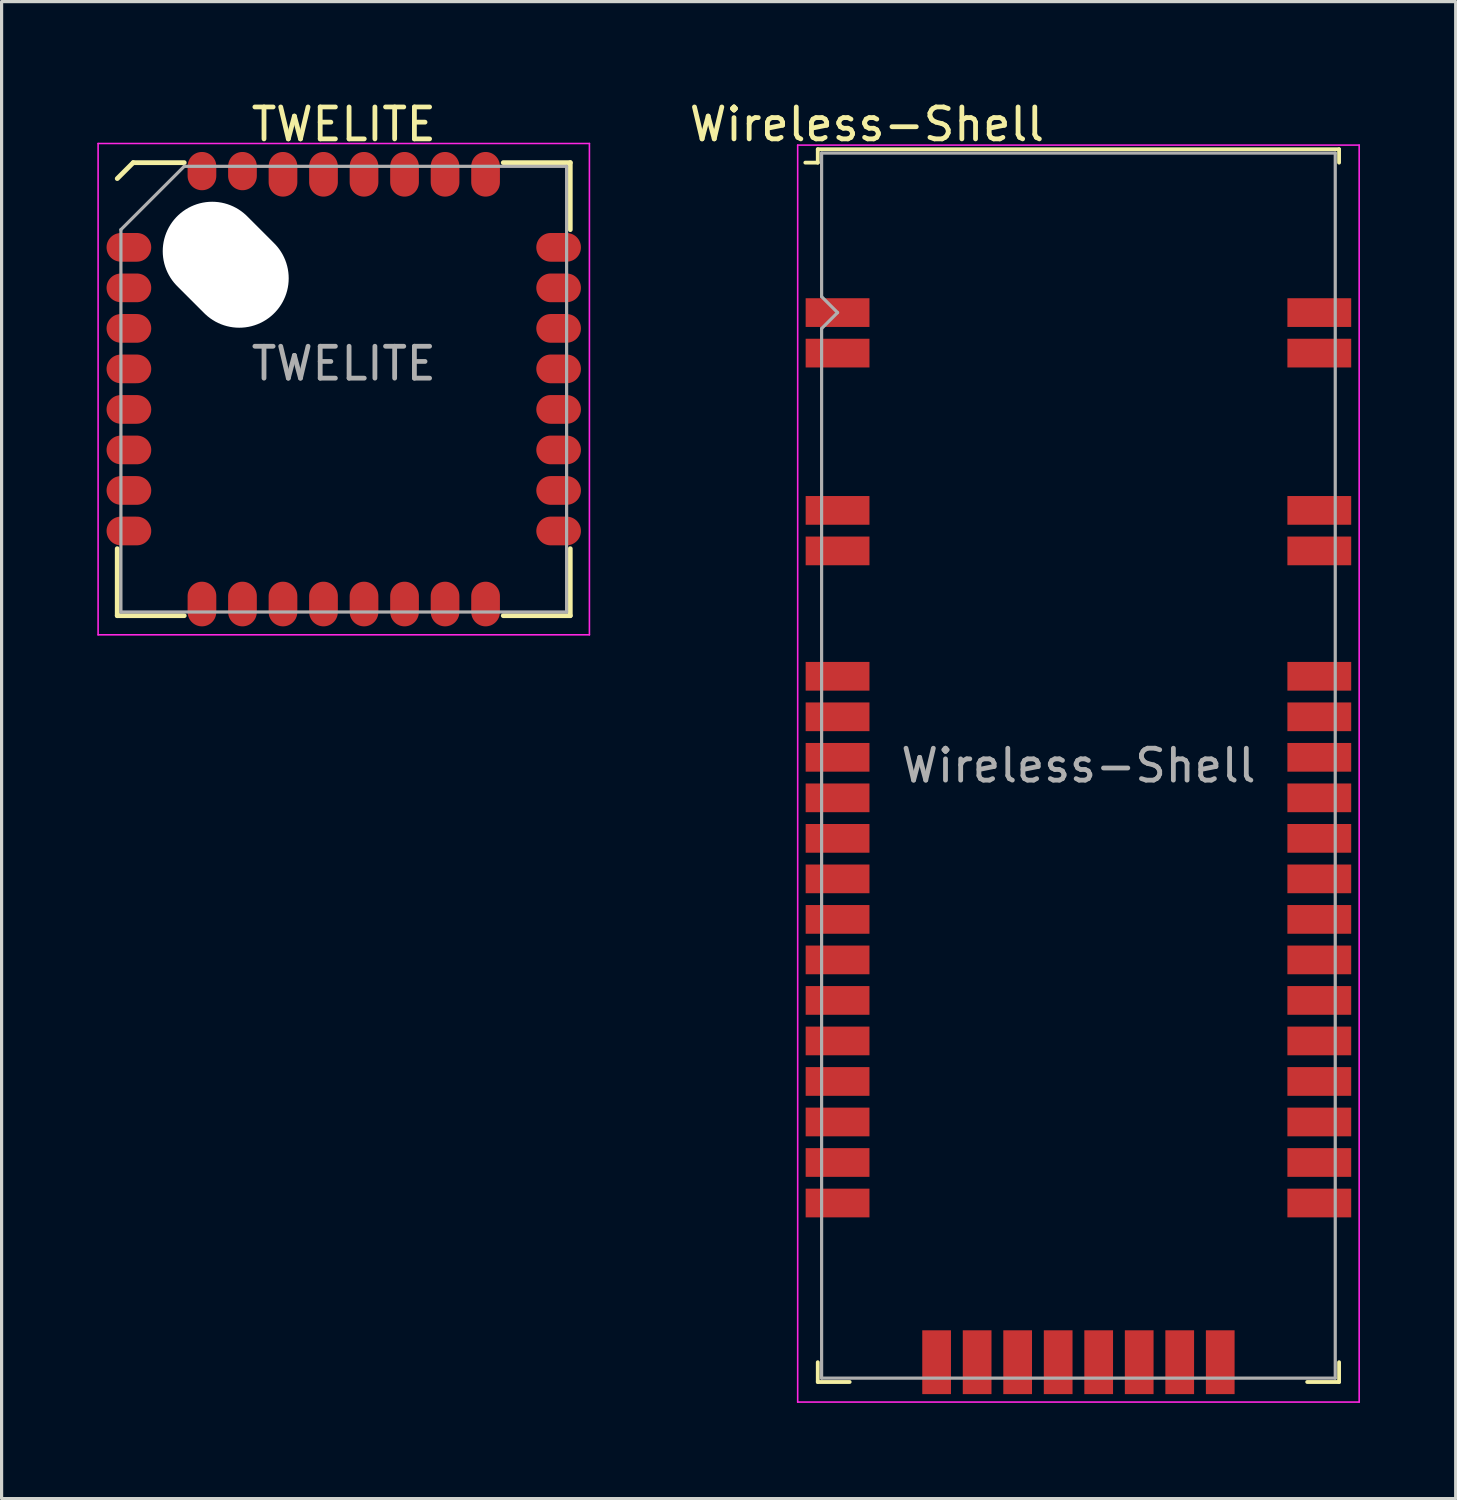
<source format=kicad_pcb>
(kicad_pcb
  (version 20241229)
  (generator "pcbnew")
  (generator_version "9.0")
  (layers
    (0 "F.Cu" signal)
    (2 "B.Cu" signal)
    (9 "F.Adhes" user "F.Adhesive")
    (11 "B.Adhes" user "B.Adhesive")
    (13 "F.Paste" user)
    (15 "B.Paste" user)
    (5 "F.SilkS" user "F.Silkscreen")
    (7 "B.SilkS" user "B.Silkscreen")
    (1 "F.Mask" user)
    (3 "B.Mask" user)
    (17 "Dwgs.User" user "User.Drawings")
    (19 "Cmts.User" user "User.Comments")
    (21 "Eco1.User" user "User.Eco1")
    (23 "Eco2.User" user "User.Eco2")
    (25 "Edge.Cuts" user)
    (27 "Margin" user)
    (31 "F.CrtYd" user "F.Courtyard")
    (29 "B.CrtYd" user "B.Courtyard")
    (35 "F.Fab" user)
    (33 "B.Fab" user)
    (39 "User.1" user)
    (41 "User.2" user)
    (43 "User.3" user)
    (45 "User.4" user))
  (footprint "Wireless-Shell"
    (layer "F.Cu")
    (at 30.753 20.948)
    (property "Reference" "Wireless-Shell" (at -6.63 -20.1 180) (layer "F.SilkS") (effects (font (size 1 1) (thickness 0.15))))
    (attr smd)
    (fp_line (start -8.17 -19.32) (end -8.17 -18.9) (stroke (width 0.12) (type solid)) (layer "F.SilkS"))
    (fp_line (start -8.17 -19.32) (end 8.17 -19.32) (stroke (width 0.12) (type solid)) (layer "F.SilkS"))
    (fp_line (start -8.17 -18.9) (end -8.56 -18.9) (stroke (width 0.12) (type solid)) (layer "F.SilkS"))
    (fp_line (start -8.17 18.7) (end -8.17 19.32) (stroke (width 0.12) (type solid)) (layer "F.SilkS"))
    (fp_line (start -8.17 19.32) (end -7.17 19.32) (stroke (width 0.12) (type solid)) (layer "F.SilkS"))
    (fp_line (start 8.17 -19.32) (end 8.17 -18.9) (stroke (width 0.12) (type solid)) (layer "F.SilkS"))
    (fp_line (start 8.17 18.7) (end 8.17 19.32) (stroke (width 0.12) (type solid)) (layer "F.SilkS"))
    (fp_line (start 8.17 19.32) (end 7.17 19.32) (stroke (width 0.12) (type solid)) (layer "F.SilkS"))
    (fp_line (start -8.8 19.95) (end -8.8 -19.45) (stroke (width 0.05) (type solid)) (layer "F.CrtYd"))
    (fp_line (start -8.8 19.95) (end 8.8 19.95) (stroke (width 0.05) (type solid)) (layer "F.CrtYd"))
    (fp_line (start 8.8 -19.45) (end -8.8 -19.45) (stroke (width 0.05) (type solid)) (layer "F.CrtYd"))
    (fp_line (start 8.8 -19.45) (end 8.8 19.95) (stroke (width 0.05) (type solid)) (layer "F.CrtYd"))
    (fp_line (start -8.05 -19.2) (end -8.05 -14.7) (stroke (width 0.1) (type solid)) (layer "F.Fab"))
    (fp_line (start -8.05 -19.2) (end 8.05 -19.2) (stroke (width 0.1) (type solid)) (layer "F.Fab"))
    (fp_line (start -8.05 -13.7) (end -8.05 19.2) (stroke (width 0.1) (type solid)) (layer "F.Fab"))
    (fp_line (start -8.05 -13.7) (end -7.55 -14.2) (stroke (width 0.1) (type solid)) (layer "F.Fab"))
    (fp_line (start -8.05 19.2) (end 8.05 19.2) (stroke (width 0.1) (type solid)) (layer "F.Fab"))
    (fp_line (start -7.55 -14.2) (end -8.05 -14.7) (stroke (width 0.1) (type solid)) (layer "F.Fab"))
    (fp_line (start 8.05 19.2) (end 8.05 -19.2) (stroke (width 0.1) (type solid)) (layer "F.Fab"))
    (fp_text user "${REFERENCE}" (at 0 0 0) (layer "F.Fab") (effects (font (size 1 1) (thickness 0.15))))
    (pad "1" smd rect (at -7.55 -14.2) (size 2 0.9) (layers "F.Cu" "F.Mask" "F.Paste"))
    (pad "2" smd rect (at -7.55 -12.93) (size 2 0.9) (layers "F.Cu" "F.Mask" "F.Paste"))
    (pad "3" smd rect (at -7.55 -8) (size 2 0.9) (layers "F.Cu" "F.Mask" "F.Paste"))
    (pad "4" smd rect (at -7.55 -6.73) (size 2 0.9) (layers "F.Cu" "F.Mask" "F.Paste"))
    (pad "5" smd rect (at -7.55 -2.8) (size 2 0.9) (layers "F.Cu" "F.Mask" "F.Paste"))
    (pad "6" smd rect (at -7.55 -1.53) (size 2 0.9) (layers "F.Cu" "F.Mask" "F.Paste"))
    (pad "7" smd rect (at -7.55 -0.26) (size 2 0.9) (layers "F.Cu" "F.Mask" "F.Paste"))
    (pad "8" smd rect (at -7.55 1.01) (size 2 0.9) (layers "F.Cu" "F.Mask" "F.Paste"))
    (pad "9" smd rect (at -7.55 2.28) (size 2 0.9) (layers "F.Cu" "F.Mask" "F.Paste"))
    (pad "10" smd rect (at -7.55 3.55) (size 2 0.9) (layers "F.Cu" "F.Mask" "F.Paste"))
    (pad "11" smd rect (at -7.55 4.82) (size 2 0.9) (layers "F.Cu" "F.Mask" "F.Paste"))
    (pad "12" smd rect (at -7.55 6.09) (size 2 0.9) (layers "F.Cu" "F.Mask" "F.Paste"))
    (pad "13" smd rect (at -7.55 7.36) (size 2 0.9) (layers "F.Cu" "F.Mask" "F.Paste"))
    (pad "14" smd rect (at -7.55 8.63) (size 2 0.9) (layers "F.Cu" "F.Mask" "F.Paste"))
    (pad "15" smd rect (at -7.55 9.9) (size 2 0.9) (layers "F.Cu" "F.Mask" "F.Paste"))
    (pad "16" smd rect (at -7.55 11.17) (size 2 0.9) (layers "F.Cu" "F.Mask" "F.Paste"))
    (pad "17" smd rect (at -7.55 12.44) (size 2 0.9) (layers "F.Cu" "F.Mask" "F.Paste"))
    (pad "18" smd rect (at -7.55 13.71) (size 2 0.9) (layers "F.Cu" "F.Mask" "F.Paste"))
    (pad "19" smd rect (at -4.445 18.7 90) (size 2 0.9) (layers "F.Cu" "F.Mask" "F.Paste"))
    (pad "20" smd rect (at -3.175 18.7 90) (size 2 0.9) (layers "F.Cu" "F.Mask" "F.Paste"))
    (pad "21" smd rect (at -1.905 18.7 90) (size 2 0.9) (layers "F.Cu" "F.Mask" "F.Paste"))
    (pad "22" smd rect (at -0.635 18.7 90) (size 2 0.9) (layers "F.Cu" "F.Mask" "F.Paste"))
    (pad "23" smd rect (at 0.635 18.7 90) (size 2 0.9) (layers "F.Cu" "F.Mask" "F.Paste"))
    (pad "24" smd rect (at 1.905 18.7 90) (size 2 0.9) (layers "F.Cu" "F.Mask" "F.Paste"))
    (pad "25" smd rect (at 3.175 18.7 90) (size 2 0.9) (layers "F.Cu" "F.Mask" "F.Paste"))
    (pad "26" smd rect (at 4.445 18.7 90) (size 2 0.9) (layers "F.Cu" "F.Mask" "F.Paste"))
    (pad "27" smd rect (at 7.55 13.71) (size 2 0.9) (layers "F.Cu" "F.Mask" "F.Paste"))
    (pad "28" smd rect (at 7.55 12.44) (size 2 0.9) (layers "F.Cu" "F.Mask" "F.Paste"))
    (pad "29" smd rect (at 7.55 11.17) (size 2 0.9) (layers "F.Cu" "F.Mask" "F.Paste"))
    (pad "30" smd rect (at 7.55 9.9) (size 2 0.9) (layers "F.Cu" "F.Mask" "F.Paste"))
    (pad "31" smd rect (at 7.55 8.63) (size 2 0.9) (layers "F.Cu" "F.Mask" "F.Paste"))
    (pad "32" smd rect (at 7.55 7.36) (size 2 0.9) (layers "F.Cu" "F.Mask" "F.Paste"))
    (pad "33" smd rect (at 7.55 6.09) (size 2 0.9) (layers "F.Cu" "F.Mask" "F.Paste"))
    (pad "34" smd rect (at 7.55 4.82) (size 2 0.9) (layers "F.Cu" "F.Mask" "F.Paste"))
    (pad "35" smd rect (at 7.55 3.55) (size 2 0.9) (layers "F.Cu" "F.Mask" "F.Paste"))
    (pad "36" smd rect (at 7.55 2.28) (size 2 0.9) (layers "F.Cu" "F.Mask" "F.Paste"))
    (pad "37" smd rect (at 7.55 1.01) (size 2 0.9) (layers "F.Cu" "F.Mask" "F.Paste"))
    (pad "38" smd rect (at 7.55 -0.26) (size 2 0.9) (layers "F.Cu" "F.Mask" "F.Paste"))
    (pad "39" smd rect (at 7.55 -1.53) (size 2 0.9) (layers "F.Cu" "F.Mask" "F.Paste"))
    (pad "40" smd rect (at 7.55 -2.8) (size 2 0.9) (layers "F.Cu" "F.Mask" "F.Paste"))
    (pad "41" smd rect (at 7.55 -6.73) (size 2 0.9) (layers "F.Cu" "F.Mask" "F.Paste"))
    (pad "42" smd rect (at 7.55 -8) (size 2 0.9) (layers "F.Cu" "F.Mask" "F.Paste"))
    (pad "43" smd rect (at 7.55 -12.93) (size 2 0.9) (layers "F.Cu" "F.Mask" "F.Paste"))
    (pad "44" smd rect (at 7.55 -14.2) (size 2 0.9) (layers "F.Cu" "F.Mask" "F.Paste")))
  (footprint "TWELITE"
    (layer "F.Cu")
    (at 7.725 9.148)
    (property "Reference" "TWELITE" (at 0 -8.3 0) (layer "F.SilkS") (effects (font (size 1 1) (thickness 0.15))))
    (attr smd)
    (fp_line (start -7.1 5) (end -7.1 7.1) (stroke (width 0.15) (type solid)) (layer "F.SilkS"))
    (fp_line (start -7.1 7.1) (end -5 7.1) (stroke (width 0.15) (type solid)) (layer "F.SilkS"))
    (fp_line (start -6.6 -7.1) (end -7.1 -6.6) (stroke (width 0.15) (type solid)) (layer "F.SilkS"))
    (fp_line (start -5 -7.1) (end -6.6 -7.1) (stroke (width 0.15) (type solid)) (layer "F.SilkS"))
    (fp_line (start 5 -7.1) (end 7.1 -7.1) (stroke (width 0.15) (type solid)) (layer "F.SilkS"))
    (fp_line (start 5 7.1) (end 7.1 7.1) (stroke (width 0.15) (type solid)) (layer "F.SilkS"))
    (fp_line (start 7.1 -7.1) (end 7.1 -5) (stroke (width 0.15) (type solid)) (layer "F.SilkS"))
    (fp_line (start 7.1 7.1) (end 7.1 5) (stroke (width 0.15) (type solid)) (layer "F.SilkS"))
    (fp_line (start -7.7 -7.7) (end -7.7 7.7) (stroke (width 0.05) (type solid)) (layer "F.CrtYd"))
    (fp_line (start -7.7 7.7) (end 7.7 7.7) (stroke (width 0.05) (type solid)) (layer "F.CrtYd"))
    (fp_line (start 7.7 -7.7) (end -7.7 -7.7) (stroke (width 0.05) (type solid)) (layer "F.CrtYd"))
    (fp_line (start 7.7 7.7) (end 7.7 -7.7) (stroke (width 0.05) (type solid)) (layer "F.CrtYd"))
    (fp_line (start -6.985 -5) (end -6.985 6.985) (stroke (width 0.1) (type solid)) (layer "F.Fab"))
    (fp_line (start -6.985 6.985) (end 6.985 6.985) (stroke (width 0.1) (type solid)) (layer "F.Fab"))
    (fp_line (start -5 -6.985) (end -6.985 -5) (stroke (width 0.1) (type solid)) (layer "F.Fab"))
    (fp_line (start 6.985 -6.985) (end -5 -6.985) (stroke (width 0.1) (type solid)) (layer "F.Fab"))
    (fp_line (start 6.985 6.985) (end 6.985 -6.985) (stroke (width 0.1) (type solid)) (layer "F.Fab"))
    (fp_text user "${REFERENCE}" (at 0 -0.8 0) (layer "F.Fab") (effects (font (size 1 1) (thickness 0.15))))
    (pad "" np_thru_hole oval (at -3.7 -3.9 315) (size 4.3 3.1) (drill oval 4.3 3.1) (layers "*.Cu" "*.Mask"))
    (pad "1" smd oval (at -6.735 -4.445 90) (size 0.9 1.4) (layers "F.Cu" "F.Mask" "F.Paste"))
    (pad "2" smd oval (at -6.735 -3.175 90) (size 0.9 1.4) (layers "F.Cu" "F.Mask" "F.Paste"))
    (pad "3" smd oval (at -6.735 -1.905 90) (size 0.9 1.4) (layers "F.Cu" "F.Mask" "F.Paste"))
    (pad "4" smd oval (at -6.735 -0.635 90) (size 0.9 1.4) (layers "F.Cu" "F.Mask" "F.Paste"))
    (pad "5" smd oval (at -6.735 0.635 90) (size 0.9 1.4) (layers "F.Cu" "F.Mask" "F.Paste"))
    (pad "6" smd oval (at -6.735 1.905 90) (size 0.9 1.4) (layers "F.Cu" "F.Mask" "F.Paste"))
    (pad "7" smd oval (at -6.735 3.175 90) (size 0.9 1.4) (layers "F.Cu" "F.Mask" "F.Paste"))
    (pad "8" smd oval (at -6.735 4.445 90) (size 0.9 1.4) (layers "F.Cu" "F.Mask" "F.Paste"))
    (pad "9" smd oval (at -4.445 6.735) (size 0.9 1.4) (layers "F.Cu" "F.Mask" "F.Paste"))
    (pad "10" smd oval (at -3.175 6.735) (size 0.9 1.4) (layers "F.Cu" "F.Mask" "F.Paste"))
    (pad "11" smd oval (at -1.905 6.735) (size 0.9 1.4) (layers "F.Cu" "F.Mask" "F.Paste"))
    (pad "12" smd oval (at -0.635 6.735) (size 0.9 1.4) (layers "F.Cu" "F.Mask" "F.Paste"))
    (pad "13" smd oval (at 0.635 6.735) (size 0.9 1.4) (layers "F.Cu" "F.Mask" "F.Paste"))
    (pad "14" smd oval (at 1.905 6.735) (size 0.9 1.4) (layers "F.Cu" "F.Mask" "F.Paste"))
    (pad "15" smd oval (at 3.175 6.735) (size 0.9 1.4) (layers "F.Cu" "F.Mask" "F.Paste"))
    (pad "16" smd oval (at 4.445 6.735) (size 0.9 1.4) (layers "F.Cu" "F.Mask" "F.Paste"))
    (pad "17" smd oval (at 6.735 4.445 90) (size 0.9 1.4) (layers "F.Cu" "F.Mask" "F.Paste"))
    (pad "18" smd oval (at 6.735 3.175 90) (size 0.9 1.4) (layers "F.Cu" "F.Mask" "F.Paste"))
    (pad "19" smd oval (at 6.735 1.905 90) (size 0.9 1.4) (layers "F.Cu" "F.Mask" "F.Paste"))
    (pad "20" smd oval (at 6.735 0.635 90) (size 0.9 1.4) (layers "F.Cu" "F.Mask" "F.Paste"))
    (pad "21" smd oval (at 6.735 -0.635 90) (size 0.9 1.4) (layers "F.Cu" "F.Mask" "F.Paste"))
    (pad "22" smd oval (at 6.735 -1.905 90) (size 0.9 1.4) (layers "F.Cu" "F.Mask" "F.Paste"))
    (pad "23" smd oval (at 6.735 -3.175 90) (size 0.9 1.4) (layers "F.Cu" "F.Mask" "F.Paste"))
    (pad "24" smd oval (at 6.735 -4.445 90) (size 0.9 1.4) (layers "F.Cu" "F.Mask" "F.Paste"))
    (pad "25" smd oval (at 4.445 -6.735) (size 0.9 1.4) (layers "F.Cu" "F.Mask" "F.Paste"))
    (pad "26" smd oval (at 3.175 -6.735) (size 0.9 1.4) (layers "F.Cu" "F.Mask" "F.Paste"))
    (pad "27" smd oval (at 1.905 -6.735) (size 0.9 1.4) (layers "F.Cu" "F.Mask" "F.Paste"))
    (pad "28" smd oval (at 0.635 -6.735) (size 0.9 1.4) (layers "F.Cu" "F.Mask" "F.Paste"))
    (pad "29" smd oval (at -0.635 -6.735) (size 0.9 1.4) (layers "F.Cu" "F.Mask" "F.Paste"))
    (pad "30" smd oval (at -1.905 -6.735) (size 0.9 1.4) (layers "F.Cu" "F.Mask" "F.Paste"))
    (pad "31" smd oval (at -3.175 -6.835) (size 0.9 1.2) (layers "F.Cu" "F.Mask" "F.Paste"))
    (pad "32" smd oval (at -4.445 -6.835) (size 0.9 1.2) (layers "F.Cu" "F.Mask" "F.Paste")))
  (gr_rect
    (start -3 -3)
    (end 42.578 43.923)
    (stroke (width 0.1) (type default))
    (fill no)
    (layer "Edge.Cuts")))
</source>
